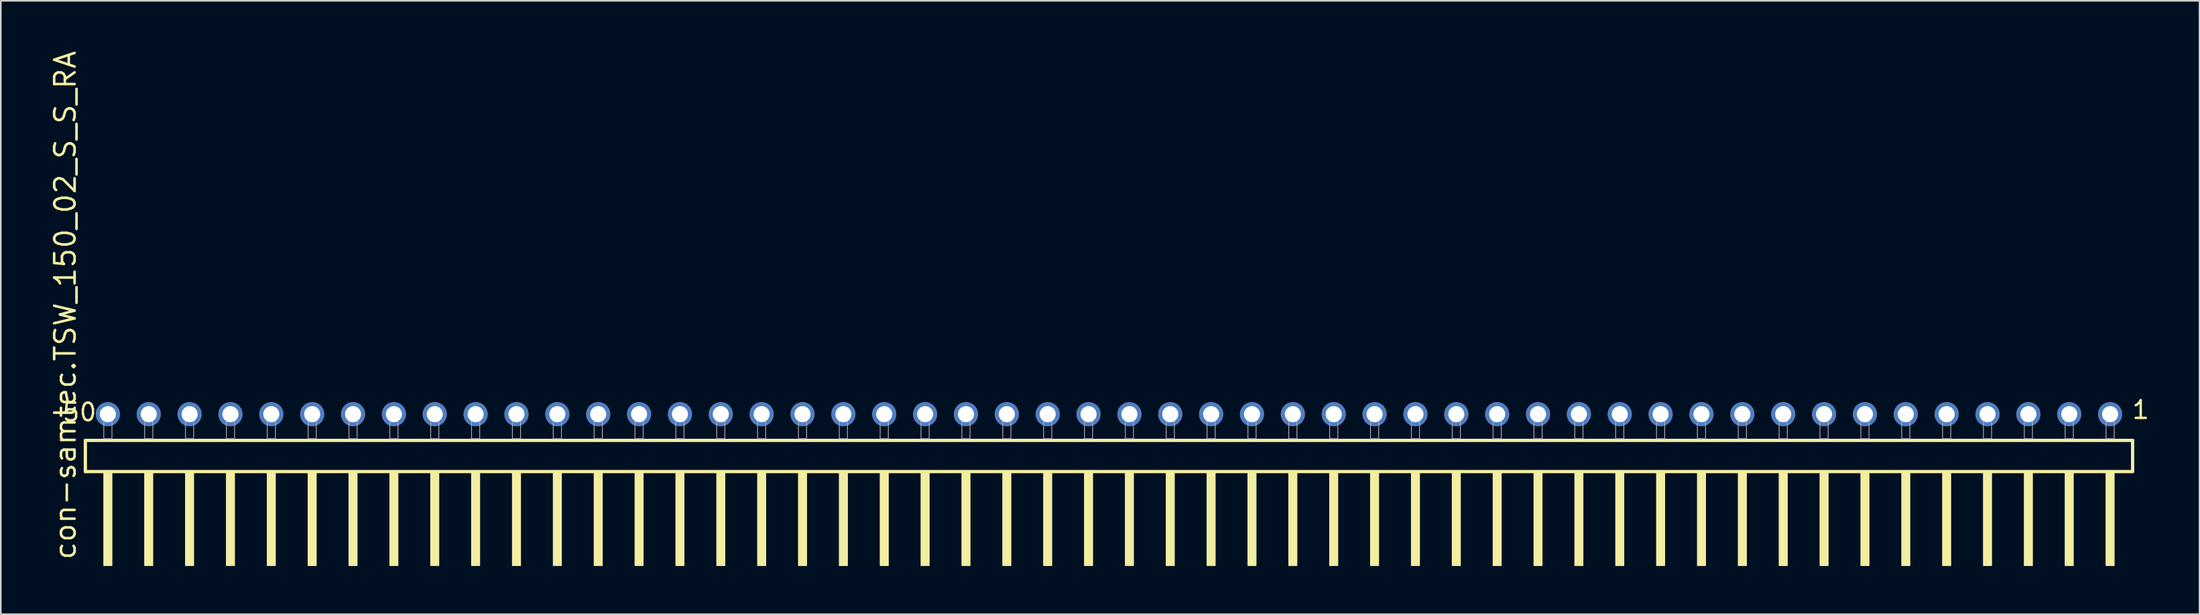
<source format=kicad_pcb>
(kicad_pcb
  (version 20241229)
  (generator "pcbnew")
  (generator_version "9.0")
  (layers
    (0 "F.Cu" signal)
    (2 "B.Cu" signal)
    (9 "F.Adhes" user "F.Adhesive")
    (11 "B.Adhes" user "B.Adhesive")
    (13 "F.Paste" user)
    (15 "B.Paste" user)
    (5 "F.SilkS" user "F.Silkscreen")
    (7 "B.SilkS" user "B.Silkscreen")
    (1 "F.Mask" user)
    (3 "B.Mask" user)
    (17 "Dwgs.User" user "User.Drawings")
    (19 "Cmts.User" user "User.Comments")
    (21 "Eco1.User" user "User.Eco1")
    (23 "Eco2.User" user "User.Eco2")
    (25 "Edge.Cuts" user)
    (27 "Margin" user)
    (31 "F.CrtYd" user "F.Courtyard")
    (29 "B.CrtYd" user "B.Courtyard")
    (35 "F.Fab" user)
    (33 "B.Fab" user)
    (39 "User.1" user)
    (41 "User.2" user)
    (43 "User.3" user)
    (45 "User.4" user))
  (footprint "con-samtec.TSW_150_02_S_S_RA"
    (layer "F.Cu")
    (at 65.885 24.235)
    (property "Reference" "con-samtec.TSW_150_02_S_S_RA" (at -64.135 7.62 90) (layer "F.SilkS") (effects (font (size 1.27 1.27) (thickness 0.16)) (justify left bottom)))
    (attr through_hole)
    (fp_line (start -63.629 0.106) (end -63.629 2.046) (stroke (width 0.203) (type default)) (layer "F.SilkS"))
    (fp_line (start -63.629 2.046) (end 63.629 2.046) (stroke (width 0.203) (type default)) (layer "F.SilkS"))
    (fp_line (start 63.629 0.106) (end -63.629 0.106) (stroke (width 0.203) (type default)) (layer "F.SilkS"))
    (fp_line (start 63.629 2.046) (end 63.629 0.106) (stroke (width 0.203) (type default)) (layer "F.SilkS"))
    (fp_rect (start -62.484 7.89) (end -61.976 2.04) (stroke (width 0.05) (type default)) (fill yes) (layer "F.SilkS"))
    (fp_rect (start -59.944 7.89) (end -59.436 2.04) (stroke (width 0.05) (type default)) (fill yes) (layer "F.SilkS"))
    (fp_rect (start -57.404 7.89) (end -56.896 2.04) (stroke (width 0.05) (type default)) (fill yes) (layer "F.SilkS"))
    (fp_rect (start -54.864 7.89) (end -54.356 2.04) (stroke (width 0.05) (type default)) (fill yes) (layer "F.SilkS"))
    (fp_rect (start -52.324 7.89) (end -51.816 2.04) (stroke (width 0.05) (type default)) (fill yes) (layer "F.SilkS"))
    (fp_rect (start -49.784 7.89) (end -49.276 2.04) (stroke (width 0.05) (type default)) (fill yes) (layer "F.SilkS"))
    (fp_rect (start -47.244 7.89) (end -46.736 2.04) (stroke (width 0.05) (type default)) (fill yes) (layer "F.SilkS"))
    (fp_rect (start -44.704 7.89) (end -44.196 2.04) (stroke (width 0.05) (type default)) (fill yes) (layer "F.SilkS"))
    (fp_rect (start -42.164 7.89) (end -41.656 2.04) (stroke (width 0.05) (type default)) (fill yes) (layer "F.SilkS"))
    (fp_rect (start -39.624 7.89) (end -39.116 2.04) (stroke (width 0.05) (type default)) (fill yes) (layer "F.SilkS"))
    (fp_rect (start -37.084 7.89) (end -36.576 2.04) (stroke (width 0.05) (type default)) (fill yes) (layer "F.SilkS"))
    (fp_rect (start -34.544 7.89) (end -34.036 2.04) (stroke (width 0.05) (type default)) (fill yes) (layer "F.SilkS"))
    (fp_rect (start -32.004 7.89) (end -31.496 2.04) (stroke (width 0.05) (type default)) (fill yes) (layer "F.SilkS"))
    (fp_rect (start -29.464 7.89) (end -28.956 2.04) (stroke (width 0.05) (type default)) (fill yes) (layer "F.SilkS"))
    (fp_rect (start -26.924 7.89) (end -26.416 2.04) (stroke (width 0.05) (type default)) (fill yes) (layer "F.SilkS"))
    (fp_rect (start -24.384 7.89) (end -23.876 2.04) (stroke (width 0.05) (type default)) (fill yes) (layer "F.SilkS"))
    (fp_rect (start -21.844 7.89) (end -21.336 2.04) (stroke (width 0.05) (type default)) (fill yes) (layer "F.SilkS"))
    (fp_rect (start -19.304 7.89) (end -18.796 2.04) (stroke (width 0.05) (type default)) (fill yes) (layer "F.SilkS"))
    (fp_rect (start -16.764 7.89) (end -16.256 2.04) (stroke (width 0.05) (type default)) (fill yes) (layer "F.SilkS"))
    (fp_rect (start -14.224 7.89) (end -13.716 2.04) (stroke (width 0.05) (type default)) (fill yes) (layer "F.SilkS"))
    (fp_rect (start -11.684 7.89) (end -11.176 2.04) (stroke (width 0.05) (type default)) (fill yes) (layer "F.SilkS"))
    (fp_rect (start -9.144 7.89) (end -8.636 2.04) (stroke (width 0.05) (type default)) (fill yes) (layer "F.SilkS"))
    (fp_rect (start -6.604 7.89) (end -6.096 2.04) (stroke (width 0.05) (type default)) (fill yes) (layer "F.SilkS"))
    (fp_rect (start -4.064 7.89) (end -3.556 2.04) (stroke (width 0.05) (type default)) (fill yes) (layer "F.SilkS"))
    (fp_rect (start -1.524 7.89) (end -1.016 2.04) (stroke (width 0.05) (type default)) (fill yes) (layer "F.SilkS"))
    (fp_rect (start 1.016 7.89) (end 1.524 2.04) (stroke (width 0.05) (type default)) (fill yes) (layer "F.SilkS"))
    (fp_rect (start 3.556 7.89) (end 4.064 2.04) (stroke (width 0.05) (type default)) (fill yes) (layer "F.SilkS"))
    (fp_rect (start 6.096 7.89) (end 6.604 2.04) (stroke (width 0.05) (type default)) (fill yes) (layer "F.SilkS"))
    (fp_rect (start 8.636 7.89) (end 9.144 2.04) (stroke (width 0.05) (type default)) (fill yes) (layer "F.SilkS"))
    (fp_rect (start 11.176 7.89) (end 11.684 2.04) (stroke (width 0.05) (type default)) (fill yes) (layer "F.SilkS"))
    (fp_rect (start 13.716 7.89) (end 14.224 2.04) (stroke (width 0.05) (type default)) (fill yes) (layer "F.SilkS"))
    (fp_rect (start 16.256 7.89) (end 16.764 2.04) (stroke (width 0.05) (type default)) (fill yes) (layer "F.SilkS"))
    (fp_rect (start 18.796 7.89) (end 19.304 2.04) (stroke (width 0.05) (type default)) (fill yes) (layer "F.SilkS"))
    (fp_rect (start 21.336 7.89) (end 21.844 2.04) (stroke (width 0.05) (type default)) (fill yes) (layer "F.SilkS"))
    (fp_rect (start 23.876 7.89) (end 24.384 2.04) (stroke (width 0.05) (type default)) (fill yes) (layer "F.SilkS"))
    (fp_rect (start 26.416 7.89) (end 26.924 2.04) (stroke (width 0.05) (type default)) (fill yes) (layer "F.SilkS"))
    (fp_rect (start 28.956 7.89) (end 29.464 2.04) (stroke (width 0.05) (type default)) (fill yes) (layer "F.SilkS"))
    (fp_rect (start 31.496 7.89) (end 32.004 2.04) (stroke (width 0.05) (type default)) (fill yes) (layer "F.SilkS"))
    (fp_rect (start 34.036 7.89) (end 34.544 2.04) (stroke (width 0.05) (type default)) (fill yes) (layer "F.SilkS"))
    (fp_rect (start 36.576 7.89) (end 37.084 2.04) (stroke (width 0.05) (type default)) (fill yes) (layer "F.SilkS"))
    (fp_rect (start 39.116 7.89) (end 39.624 2.04) (stroke (width 0.05) (type default)) (fill yes) (layer "F.SilkS"))
    (fp_rect (start 41.656 7.89) (end 42.164 2.04) (stroke (width 0.05) (type default)) (fill yes) (layer "F.SilkS"))
    (fp_rect (start 44.196 7.89) (end 44.704 2.04) (stroke (width 0.05) (type default)) (fill yes) (layer "F.SilkS"))
    (fp_rect (start 46.736 7.89) (end 47.244 2.04) (stroke (width 0.05) (type default)) (fill yes) (layer "F.SilkS"))
    (fp_rect (start 49.276 7.89) (end 49.784 2.04) (stroke (width 0.05) (type default)) (fill yes) (layer "F.SilkS"))
    (fp_rect (start 51.816 7.89) (end 52.324 2.04) (stroke (width 0.05) (type default)) (fill yes) (layer "F.SilkS"))
    (fp_rect (start 54.356 7.89) (end 54.864 2.04) (stroke (width 0.05) (type default)) (fill yes) (layer "F.SilkS"))
    (fp_rect (start 56.896 7.89) (end 57.404 2.04) (stroke (width 0.05) (type default)) (fill yes) (layer "F.SilkS"))
    (fp_rect (start 59.436 7.89) (end 59.944 2.04) (stroke (width 0.05) (type default)) (fill yes) (layer "F.SilkS"))
    (fp_rect (start 61.976 7.89) (end 62.484 2.04) (stroke (width 0.05) (type default)) (fill yes) (layer "F.SilkS"))
    (fp_rect (start -62.484 0) (end -61.976 -1.778) (stroke (width 0.05) (type default)) (fill no) (layer "F.Fab"))
    (fp_rect (start -59.944 0) (end -59.436 -1.778) (stroke (width 0.05) (type default)) (fill no) (layer "F.Fab"))
    (fp_rect (start -57.404 0) (end -56.896 -1.778) (stroke (width 0.05) (type default)) (fill no) (layer "F.Fab"))
    (fp_rect (start -54.864 0) (end -54.356 -1.778) (stroke (width 0.05) (type default)) (fill no) (layer "F.Fab"))
    (fp_rect (start -52.324 0) (end -51.816 -1.778) (stroke (width 0.05) (type default)) (fill no) (layer "F.Fab"))
    (fp_rect (start -49.784 0) (end -49.276 -1.778) (stroke (width 0.05) (type default)) (fill no) (layer "F.Fab"))
    (fp_rect (start -47.244 0) (end -46.736 -1.778) (stroke (width 0.05) (type default)) (fill no) (layer "F.Fab"))
    (fp_rect (start -44.704 0) (end -44.196 -1.778) (stroke (width 0.05) (type default)) (fill no) (layer "F.Fab"))
    (fp_rect (start -42.164 0) (end -41.656 -1.778) (stroke (width 0.05) (type default)) (fill no) (layer "F.Fab"))
    (fp_rect (start -39.624 0) (end -39.116 -1.778) (stroke (width 0.05) (type default)) (fill no) (layer "F.Fab"))
    (fp_rect (start -37.084 0) (end -36.576 -1.778) (stroke (width 0.05) (type default)) (fill no) (layer "F.Fab"))
    (fp_rect (start -34.544 0) (end -34.036 -1.778) (stroke (width 0.05) (type default)) (fill no) (layer "F.Fab"))
    (fp_rect (start -32.004 0) (end -31.496 -1.778) (stroke (width 0.05) (type default)) (fill no) (layer "F.Fab"))
    (fp_rect (start -29.464 0) (end -28.956 -1.778) (stroke (width 0.05) (type default)) (fill no) (layer "F.Fab"))
    (fp_rect (start -26.924 0) (end -26.416 -1.778) (stroke (width 0.05) (type default)) (fill no) (layer "F.Fab"))
    (fp_rect (start -24.384 0) (end -23.876 -1.778) (stroke (width 0.05) (type default)) (fill no) (layer "F.Fab"))
    (fp_rect (start -21.844 0) (end -21.336 -1.778) (stroke (width 0.05) (type default)) (fill no) (layer "F.Fab"))
    (fp_rect (start -19.304 0) (end -18.796 -1.778) (stroke (width 0.05) (type default)) (fill no) (layer "F.Fab"))
    (fp_rect (start -16.764 0) (end -16.256 -1.778) (stroke (width 0.05) (type default)) (fill no) (layer "F.Fab"))
    (fp_rect (start -14.224 0) (end -13.716 -1.778) (stroke (width 0.05) (type default)) (fill no) (layer "F.Fab"))
    (fp_rect (start -11.684 0) (end -11.176 -1.778) (stroke (width 0.05) (type default)) (fill no) (layer "F.Fab"))
    (fp_rect (start -9.144 0) (end -8.636 -1.778) (stroke (width 0.05) (type default)) (fill no) (layer "F.Fab"))
    (fp_rect (start -6.604 0) (end -6.096 -1.778) (stroke (width 0.05) (type default)) (fill no) (layer "F.Fab"))
    (fp_rect (start -4.064 0) (end -3.556 -1.778) (stroke (width 0.05) (type default)) (fill no) (layer "F.Fab"))
    (fp_rect (start -1.524 0) (end -1.016 -1.778) (stroke (width 0.05) (type default)) (fill no) (layer "F.Fab"))
    (fp_rect (start 1.016 0) (end 1.524 -1.778) (stroke (width 0.05) (type default)) (fill no) (layer "F.Fab"))
    (fp_rect (start 3.556 0) (end 4.064 -1.778) (stroke (width 0.05) (type default)) (fill no) (layer "F.Fab"))
    (fp_rect (start 6.096 0) (end 6.604 -1.778) (stroke (width 0.05) (type default)) (fill no) (layer "F.Fab"))
    (fp_rect (start 8.636 0) (end 9.144 -1.778) (stroke (width 0.05) (type default)) (fill no) (layer "F.Fab"))
    (fp_rect (start 11.176 0) (end 11.684 -1.778) (stroke (width 0.05) (type default)) (fill no) (layer "F.Fab"))
    (fp_rect (start 13.716 0) (end 14.224 -1.778) (stroke (width 0.05) (type default)) (fill no) (layer "F.Fab"))
    (fp_rect (start 16.256 0) (end 16.764 -1.778) (stroke (width 0.05) (type default)) (fill no) (layer "F.Fab"))
    (fp_rect (start 18.796 0) (end 19.304 -1.778) (stroke (width 0.05) (type default)) (fill no) (layer "F.Fab"))
    (fp_rect (start 21.336 0) (end 21.844 -1.778) (stroke (width 0.05) (type default)) (fill no) (layer "F.Fab"))
    (fp_rect (start 23.876 0) (end 24.384 -1.778) (stroke (width 0.05) (type default)) (fill no) (layer "F.Fab"))
    (fp_rect (start 26.416 0) (end 26.924 -1.778) (stroke (width 0.05) (type default)) (fill no) (layer "F.Fab"))
    (fp_rect (start 28.956 0) (end 29.464 -1.778) (stroke (width 0.05) (type default)) (fill no) (layer "F.Fab"))
    (fp_rect (start 31.496 0) (end 32.004 -1.778) (stroke (width 0.05) (type default)) (fill no) (layer "F.Fab"))
    (fp_rect (start 34.036 0) (end 34.544 -1.778) (stroke (width 0.05) (type default)) (fill no) (layer "F.Fab"))
    (fp_rect (start 36.576 0) (end 37.084 -1.778) (stroke (width 0.05) (type default)) (fill no) (layer "F.Fab"))
    (fp_rect (start 39.116 0) (end 39.624 -1.778) (stroke (width 0.05) (type default)) (fill no) (layer "F.Fab"))
    (fp_rect (start 41.656 0) (end 42.164 -1.778) (stroke (width 0.05) (type default)) (fill no) (layer "F.Fab"))
    (fp_rect (start 44.196 0) (end 44.704 -1.778) (stroke (width 0.05) (type default)) (fill no) (layer "F.Fab"))
    (fp_rect (start 46.736 0) (end 47.244 -1.778) (stroke (width 0.05) (type default)) (fill no) (layer "F.Fab"))
    (fp_rect (start 49.276 0) (end 49.784 -1.778) (stroke (width 0.05) (type default)) (fill no) (layer "F.Fab"))
    (fp_rect (start 51.816 0) (end 52.324 -1.778) (stroke (width 0.05) (type default)) (fill no) (layer "F.Fab"))
    (fp_rect (start 54.356 0) (end 54.864 -1.778) (stroke (width 0.05) (type default)) (fill no) (layer "F.Fab"))
    (fp_rect (start 56.896 0) (end 57.404 -1.778) (stroke (width 0.05) (type default)) (fill no) (layer "F.Fab"))
    (fp_rect (start 59.436 0) (end 59.944 -1.778) (stroke (width 0.05) (type default)) (fill no) (layer "F.Fab"))
    (fp_rect (start 61.976 0) (end 62.484 -1.778) (stroke (width 0.05) (type default)) (fill no) (layer "F.Fab"))
    (fp_text user "1" (at 63.512 -1.152 0) (layer "F.SilkS") (effects (font (size 1.1 1.1) (thickness 0.15)) (justify left bottom)))
    (fp_text user "50" (at -65.14 -1.002 0) (layer "F.SilkS") (effects (font (size 1.1 1.1) (thickness 0.15)) (justify left bottom)))
    (pad "1" thru_hole circle (at 62.23 -1.524 180) (size 1.5 1.5) (drill 1) (layers "*.Cu" "*.Mask"))
    (pad "2" thru_hole circle (at 59.69 -1.524 180) (size 1.5 1.5) (drill 1) (layers "*.Cu" "*.Mask"))
    (pad "3" thru_hole circle (at 57.15 -1.524 180) (size 1.5 1.5) (drill 1) (layers "*.Cu" "*.Mask"))
    (pad "4" thru_hole circle (at 54.61 -1.524 180) (size 1.5 1.5) (drill 1) (layers "*.Cu" "*.Mask"))
    (pad "5" thru_hole circle (at 52.07 -1.524 180) (size 1.5 1.5) (drill 1) (layers "*.Cu" "*.Mask"))
    (pad "6" thru_hole circle (at 49.53 -1.524 180) (size 1.5 1.5) (drill 1) (layers "*.Cu" "*.Mask"))
    (pad "7" thru_hole circle (at 46.99 -1.524 180) (size 1.5 1.5) (drill 1) (layers "*.Cu" "*.Mask"))
    (pad "8" thru_hole circle (at 44.45 -1.524 180) (size 1.5 1.5) (drill 1) (layers "*.Cu" "*.Mask"))
    (pad "9" thru_hole circle (at 41.91 -1.524 180) (size 1.5 1.5) (drill 1) (layers "*.Cu" "*.Mask"))
    (pad "10" thru_hole circle (at 39.37 -1.524 180) (size 1.5 1.5) (drill 1) (layers "*.Cu" "*.Mask"))
    (pad "11" thru_hole circle (at 36.83 -1.524 180) (size 1.5 1.5) (drill 1) (layers "*.Cu" "*.Mask"))
    (pad "12" thru_hole circle (at 34.29 -1.524 180) (size 1.5 1.5) (drill 1) (layers "*.Cu" "*.Mask"))
    (pad "13" thru_hole circle (at 31.75 -1.524 180) (size 1.5 1.5) (drill 1) (layers "*.Cu" "*.Mask"))
    (pad "14" thru_hole circle (at 29.21 -1.524 180) (size 1.5 1.5) (drill 1) (layers "*.Cu" "*.Mask"))
    (pad "15" thru_hole circle (at 26.67 -1.524 180) (size 1.5 1.5) (drill 1) (layers "*.Cu" "*.Mask"))
    (pad "16" thru_hole circle (at 24.13 -1.524 180) (size 1.5 1.5) (drill 1) (layers "*.Cu" "*.Mask"))
    (pad "17" thru_hole circle (at 21.59 -1.524 180) (size 1.5 1.5) (drill 1) (layers "*.Cu" "*.Mask"))
    (pad "18" thru_hole circle (at 19.05 -1.524 180) (size 1.5 1.5) (drill 1) (layers "*.Cu" "*.Mask"))
    (pad "19" thru_hole circle (at 16.51 -1.524 180) (size 1.5 1.5) (drill 1) (layers "*.Cu" "*.Mask"))
    (pad "20" thru_hole circle (at 13.97 -1.524 180) (size 1.5 1.5) (drill 1) (layers "*.Cu" "*.Mask"))
    (pad "21" thru_hole circle (at 11.43 -1.524 180) (size 1.5 1.5) (drill 1) (layers "*.Cu" "*.Mask"))
    (pad "22" thru_hole circle (at 8.89 -1.524 180) (size 1.5 1.5) (drill 1) (layers "*.Cu" "*.Mask"))
    (pad "23" thru_hole circle (at 6.35 -1.524 180) (size 1.5 1.5) (drill 1) (layers "*.Cu" "*.Mask"))
    (pad "24" thru_hole circle (at 3.81 -1.524 180) (size 1.5 1.5) (drill 1) (layers "*.Cu" "*.Mask"))
    (pad "25" thru_hole circle (at 1.27 -1.524 180) (size 1.5 1.5) (drill 1) (layers "*.Cu" "*.Mask"))
    (pad "26" thru_hole circle (at -1.27 -1.524 180) (size 1.5 1.5) (drill 1) (layers "*.Cu" "*.Mask"))
    (pad "27" thru_hole circle (at -3.81 -1.524 180) (size 1.5 1.5) (drill 1) (layers "*.Cu" "*.Mask"))
    (pad "28" thru_hole circle (at -6.35 -1.524 180) (size 1.5 1.5) (drill 1) (layers "*.Cu" "*.Mask"))
    (pad "29" thru_hole circle (at -8.89 -1.524 180) (size 1.5 1.5) (drill 1) (layers "*.Cu" "*.Mask"))
    (pad "30" thru_hole circle (at -11.43 -1.524 180) (size 1.5 1.5) (drill 1) (layers "*.Cu" "*.Mask"))
    (pad "31" thru_hole circle (at -13.97 -1.524 180) (size 1.5 1.5) (drill 1) (layers "*.Cu" "*.Mask"))
    (pad "32" thru_hole circle (at -16.51 -1.524 180) (size 1.5 1.5) (drill 1) (layers "*.Cu" "*.Mask"))
    (pad "33" thru_hole circle (at -19.05 -1.524 180) (size 1.5 1.5) (drill 1) (layers "*.Cu" "*.Mask"))
    (pad "34" thru_hole circle (at -21.59 -1.524 180) (size 1.5 1.5) (drill 1) (layers "*.Cu" "*.Mask"))
    (pad "35" thru_hole circle (at -24.13 -1.524 180) (size 1.5 1.5) (drill 1) (layers "*.Cu" "*.Mask"))
    (pad "36" thru_hole circle (at -26.67 -1.524 180) (size 1.5 1.5) (drill 1) (layers "*.Cu" "*.Mask"))
    (pad "37" thru_hole circle (at -29.21 -1.524 180) (size 1.5 1.5) (drill 1) (layers "*.Cu" "*.Mask"))
    (pad "38" thru_hole circle (at -31.75 -1.524 180) (size 1.5 1.5) (drill 1) (layers "*.Cu" "*.Mask"))
    (pad "39" thru_hole circle (at -34.29 -1.524 180) (size 1.5 1.5) (drill 1) (layers "*.Cu" "*.Mask"))
    (pad "40" thru_hole circle (at -36.83 -1.524 180) (size 1.5 1.5) (drill 1) (layers "*.Cu" "*.Mask"))
    (pad "41" thru_hole circle (at -39.37 -1.524 180) (size 1.5 1.5) (drill 1) (layers "*.Cu" "*.Mask"))
    (pad "42" thru_hole circle (at -41.91 -1.524 180) (size 1.5 1.5) (drill 1) (layers "*.Cu" "*.Mask"))
    (pad "43" thru_hole circle (at -44.45 -1.524 180) (size 1.5 1.5) (drill 1) (layers "*.Cu" "*.Mask"))
    (pad "44" thru_hole circle (at -46.99 -1.524 180) (size 1.5 1.5) (drill 1) (layers "*.Cu" "*.Mask"))
    (pad "45" thru_hole circle (at -49.53 -1.524 180) (size 1.5 1.5) (drill 1) (layers "*.Cu" "*.Mask"))
    (pad "46" thru_hole circle (at -52.07 -1.524 180) (size 1.5 1.5) (drill 1) (layers "*.Cu" "*.Mask"))
    (pad "47" thru_hole circle (at -54.61 -1.524 180) (size 1.5 1.5) (drill 1) (layers "*.Cu" "*.Mask"))
    (pad "48" thru_hole circle (at -57.15 -1.524 180) (size 1.5 1.5) (drill 1) (layers "*.Cu" "*.Mask"))
    (pad "49" thru_hole circle (at -59.69 -1.524 180) (size 1.5 1.5) (drill 1) (layers "*.Cu" "*.Mask"))
    (pad "50" thru_hole circle (at -62.23 -1.524 180) (size 1.5 1.5) (drill 1) (layers "*.Cu" "*.Mask")))
  (gr_rect
    (start -3 -3)
    (end 133.675 35.15)
    (stroke (width 0.1) (type default))
    (fill no)
    (layer "Edge.Cuts")))
</source>
